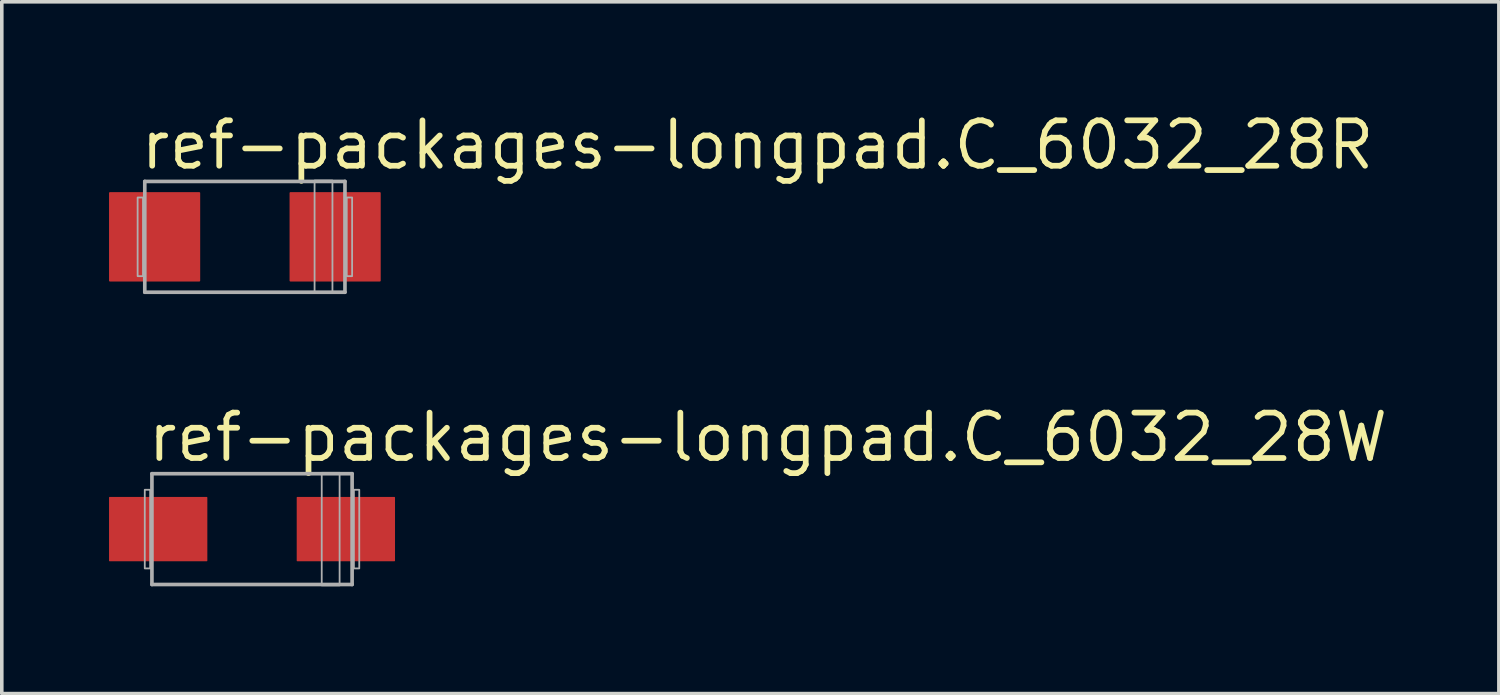
<source format=kicad_pcb>
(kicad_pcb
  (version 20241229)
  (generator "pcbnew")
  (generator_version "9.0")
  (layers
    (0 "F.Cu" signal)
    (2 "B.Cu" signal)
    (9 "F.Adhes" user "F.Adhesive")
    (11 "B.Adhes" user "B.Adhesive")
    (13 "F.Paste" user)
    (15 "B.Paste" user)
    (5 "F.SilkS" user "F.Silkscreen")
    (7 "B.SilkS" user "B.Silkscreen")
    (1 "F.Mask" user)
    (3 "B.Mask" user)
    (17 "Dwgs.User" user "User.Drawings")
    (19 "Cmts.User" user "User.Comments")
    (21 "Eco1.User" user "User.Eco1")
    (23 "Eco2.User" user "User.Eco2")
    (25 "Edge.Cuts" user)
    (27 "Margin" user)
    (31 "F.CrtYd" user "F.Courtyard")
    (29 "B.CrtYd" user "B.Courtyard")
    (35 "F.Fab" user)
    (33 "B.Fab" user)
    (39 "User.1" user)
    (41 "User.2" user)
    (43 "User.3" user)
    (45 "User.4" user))
  (footprint "ref-packages-longpad.C_6032_28W"
    (layer "F.Cu")
    (at 4 11.751)
    (property "Reference" "ref-packages-longpad.C_6032_28W" (at -3 -1.825 0) (layer "F.SilkS") (effects (font (size 1.27 1.27) (thickness 0.16)) (justify left bottom)))
    (attr smd)
    (fp_line (start -2.8 -1.55) (end 2.8 -1.55) (stroke (width 0.102) (type default)) (layer "F.Fab"))
    (fp_line (start -2.8 1.55) (end -2.8 -1.55) (stroke (width 0.102) (type default)) (layer "F.Fab"))
    (fp_line (start 2.8 -1.55) (end 2.8 1.55) (stroke (width 0.102) (type default)) (layer "F.Fab"))
    (fp_line (start 2.8 1.55) (end -2.8 1.55) (stroke (width 0.102) (type default)) (layer "F.Fab"))
    (fp_rect (start -3 1.1) (end -2.85 -1.1) (stroke (width 0.05) (type default)) (fill no) (layer "F.Fab"))
    (fp_rect (start 1.95 1.575) (end 2.45 -1.575) (stroke (width 0.05) (type default)) (fill no) (layer "F.Fab"))
    (fp_rect (start 2.85 1.1) (end 3 -1.1) (stroke (width 0.05) (type default)) (fill no) (layer "F.Fab"))
    (pad "+" smd roundrect (at 2.625 0) (size 2.75 1.8) (layers "F.Cu" "F.Mask" "F.Paste") (roundrect_rratio 0.01))
    (pad "-" smd roundrect (at -2.625 0) (size 2.75 1.8) (layers "F.Cu" "F.Mask" "F.Paste") (roundrect_rratio 0.01)))
  (footprint "ref-packages-longpad.C_6032_28R"
    (layer "F.Cu")
    (at 3.8 3.575)
    (property "Reference" "ref-packages-longpad.C_6032_28R" (at -3 -1.825 0) (layer "F.SilkS") (effects (font (size 1.27 1.27) (thickness 0.16)) (justify left bottom)))
    (attr smd)
    (fp_line (start -2.8 -1.55) (end 2.8 -1.55) (stroke (width 0.102) (type default)) (layer "F.Fab"))
    (fp_line (start -2.8 1.55) (end -2.8 -1.55) (stroke (width 0.102) (type default)) (layer "F.Fab"))
    (fp_line (start 2.8 -1.55) (end 2.8 1.55) (stroke (width 0.102) (type default)) (layer "F.Fab"))
    (fp_line (start 2.8 1.55) (end -2.8 1.55) (stroke (width 0.102) (type default)) (layer "F.Fab"))
    (fp_rect (start -3 1.1) (end -2.85 -1.1) (stroke (width 0.05) (type default)) (fill no) (layer "F.Fab"))
    (fp_rect (start 1.95 1.575) (end 2.45 -1.575) (stroke (width 0.05) (type default)) (fill no) (layer "F.Fab"))
    (fp_rect (start 2.85 1.1) (end 3 -1.1) (stroke (width 0.05) (type default)) (fill no) (layer "F.Fab"))
    (pad "+" smd roundrect (at 2.525 0) (size 2.55 2.5) (layers "F.Cu" "F.Mask" "F.Paste") (roundrect_rratio 0.01))
    (pad "-" smd roundrect (at -2.525 0) (size 2.55 2.5) (layers "F.Cu" "F.Mask" "F.Paste") (roundrect_rratio 0.01)))
  (gr_rect
    (start -3 -3)
    (end 38.879 16.352)
    (stroke (width 0.1) (type default))
    (fill no)
    (layer "Edge.Cuts")))
</source>
